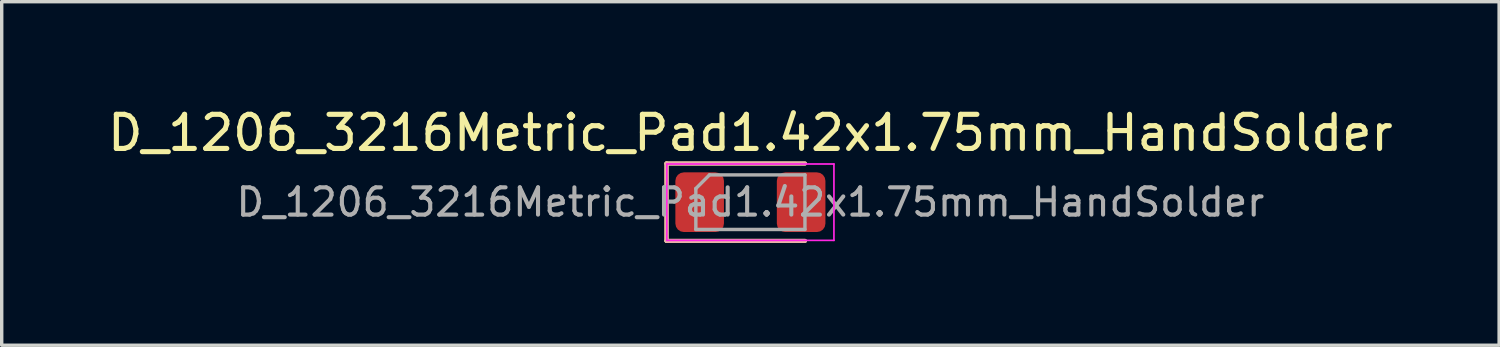
<source format=kicad_pcb>
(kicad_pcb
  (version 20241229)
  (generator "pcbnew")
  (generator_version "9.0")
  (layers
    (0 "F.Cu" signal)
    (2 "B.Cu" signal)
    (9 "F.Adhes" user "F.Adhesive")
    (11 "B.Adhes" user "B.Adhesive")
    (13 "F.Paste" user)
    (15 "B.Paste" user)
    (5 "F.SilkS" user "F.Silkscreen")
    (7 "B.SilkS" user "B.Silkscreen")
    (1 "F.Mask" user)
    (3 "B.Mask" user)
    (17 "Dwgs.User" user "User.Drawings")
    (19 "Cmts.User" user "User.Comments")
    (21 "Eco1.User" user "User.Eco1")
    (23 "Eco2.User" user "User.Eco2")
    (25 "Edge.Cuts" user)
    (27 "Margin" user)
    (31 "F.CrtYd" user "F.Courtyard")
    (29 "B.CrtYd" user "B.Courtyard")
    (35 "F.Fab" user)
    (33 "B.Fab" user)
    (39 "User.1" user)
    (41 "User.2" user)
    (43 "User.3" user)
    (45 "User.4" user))
  (footprint "D_1206_3216Metric_Pad1.42x1.75mm_HandSolder"
    (layer "F.Cu")
    (at 18.958 2.88)
    (property "Reference" "D_1206_3216Metric_Pad1.42x1.75mm_HandSolder" (at 0 -2.032 0) (layer "F.SilkS") (effects (font (size 1 1) (thickness 0.15))))
    (attr smd)
    (fp_line (start -2.46 -1.135) (end -2.46 1.135) (stroke (width 0.12) (type solid)) (layer "F.SilkS"))
    (fp_line (start -2.46 1.135) (end 1.6 1.135) (stroke (width 0.12) (type solid)) (layer "F.SilkS"))
    (fp_line (start 1.6 -1.135) (end -2.46 -1.135) (stroke (width 0.12) (type solid)) (layer "F.SilkS"))
    (fp_line (start -2.46 -1.135) (end 1.6 -1.135) (stroke (width 0.12) (type solid)) (layer "B.SilkS"))
    (fp_line (start -2.46 1.135) (end -2.46 -1.135) (stroke (width 0.12) (type solid)) (layer "B.SilkS"))
    (fp_line (start 1.6 1.135) (end -2.46 1.135) (stroke (width 0.12) (type solid)) (layer "B.SilkS"))
    (fp_line (start -2.45 -1.12) (end 2.45 -1.12) (stroke (width 0.05) (type solid)) (layer "F.CrtYd"))
    (fp_line (start -2.45 1.12) (end -2.45 -1.12) (stroke (width 0.05) (type solid)) (layer "F.CrtYd"))
    (fp_line (start 2.45 -1.12) (end 2.45 1.12) (stroke (width 0.05) (type solid)) (layer "F.CrtYd"))
    (fp_line (start 2.45 1.12) (end -2.45 1.12) (stroke (width 0.05) (type solid)) (layer "F.CrtYd"))
    (fp_line (start -1.6 -0.4) (end -1.6 0.8) (stroke (width 0.1) (type solid)) (layer "F.Fab"))
    (fp_line (start -1.6 0.8) (end 1.6 0.8) (stroke (width 0.1) (type solid)) (layer "F.Fab"))
    (fp_line (start -1.2 -0.8) (end -1.6 -0.4) (stroke (width 0.1) (type solid)) (layer "F.Fab"))
    (fp_line (start 1.6 -0.8) (end -1.2 -0.8) (stroke (width 0.1) (type solid)) (layer "F.Fab"))
    (fp_line (start 1.6 0.8) (end 1.6 -0.8) (stroke (width 0.1) (type solid)) (layer "F.Fab"))
    (fp_text user "${REFERENCE}" (at 0 0 0) (layer "F.Fab") (effects (font (size 0.8 0.8) (thickness 0.12))))
    (pad "1" smd roundrect (at -1.488 0) (size 1.425 1.75) (layers "*.Paste" "*.Mask" "F.Cu") (roundrect_rratio 0.175))
    (pad "2" smd roundrect (at 1.488 0) (size 1.425 1.75) (layers "*.Paste" "*.Mask" "F.Cu") (roundrect_rratio 0.175)))
  (gr_rect
    (start -3 -3)
    (end 40.917 7.075)
    (stroke (width 0.1) (type default))
    (fill no)
    (layer "Edge.Cuts")))
</source>
